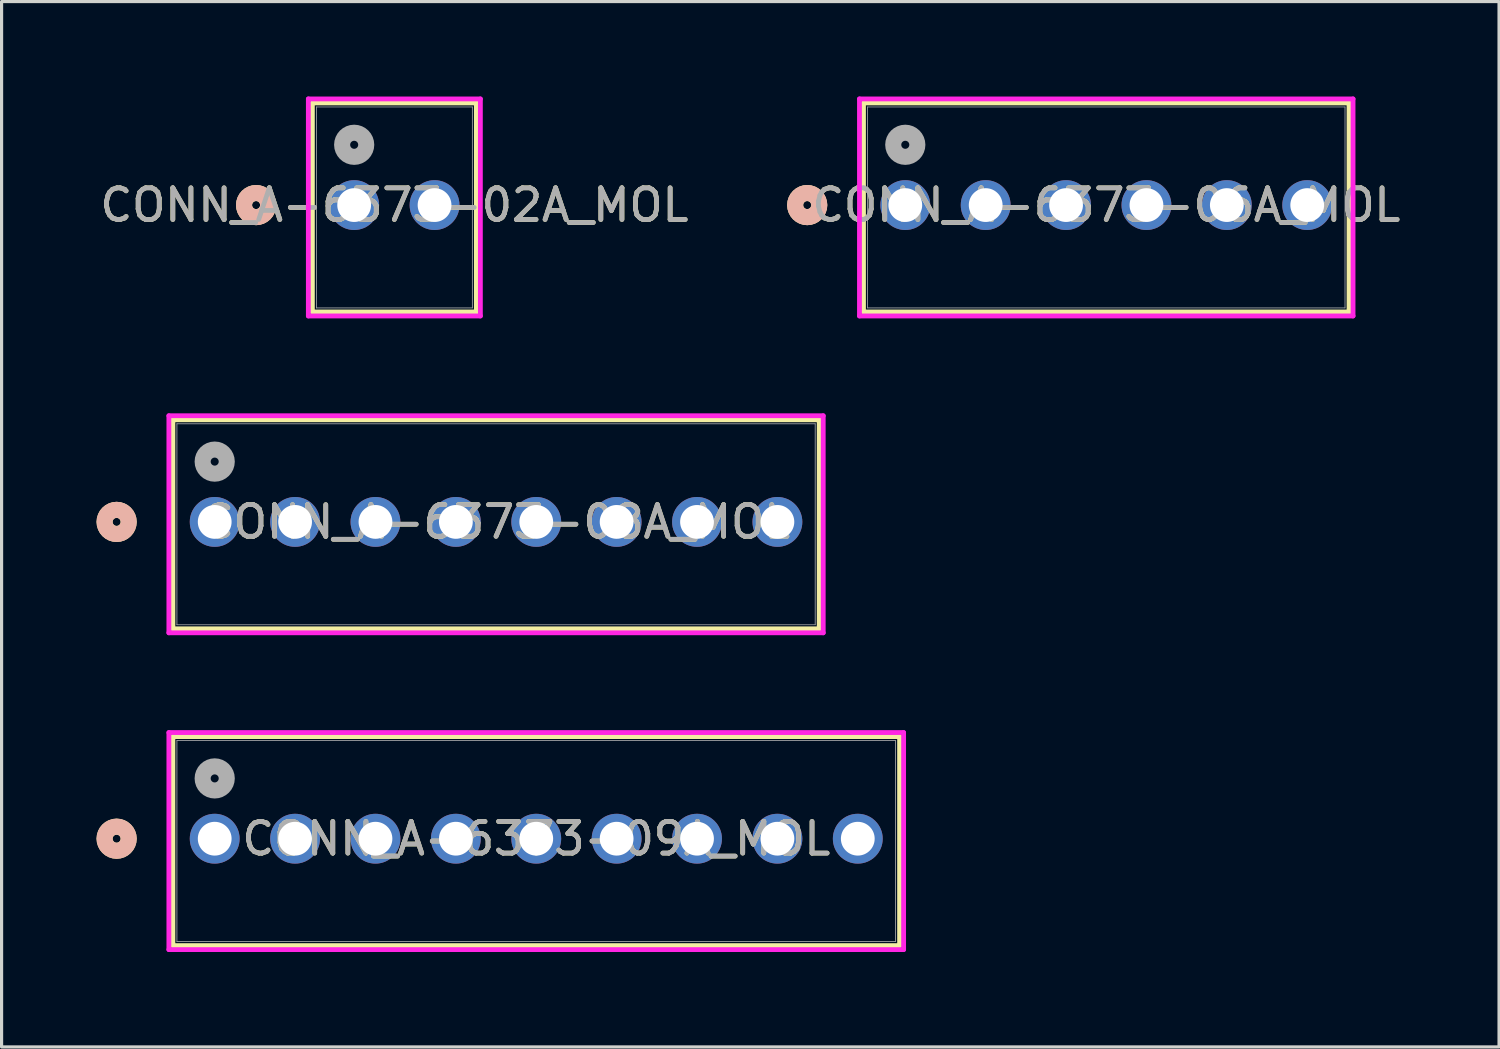
<source format=kicad_pcb>
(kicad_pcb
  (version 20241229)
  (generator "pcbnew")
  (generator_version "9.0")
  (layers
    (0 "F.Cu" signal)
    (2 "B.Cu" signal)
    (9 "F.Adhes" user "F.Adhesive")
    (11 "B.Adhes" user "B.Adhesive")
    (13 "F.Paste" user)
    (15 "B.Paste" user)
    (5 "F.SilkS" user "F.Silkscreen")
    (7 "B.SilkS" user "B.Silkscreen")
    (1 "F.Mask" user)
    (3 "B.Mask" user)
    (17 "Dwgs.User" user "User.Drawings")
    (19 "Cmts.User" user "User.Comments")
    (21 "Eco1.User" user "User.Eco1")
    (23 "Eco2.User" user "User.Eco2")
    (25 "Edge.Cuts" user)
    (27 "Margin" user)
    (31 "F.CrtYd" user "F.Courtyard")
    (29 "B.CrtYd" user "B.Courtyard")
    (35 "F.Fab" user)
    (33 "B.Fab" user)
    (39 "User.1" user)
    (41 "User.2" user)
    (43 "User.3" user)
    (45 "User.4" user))
  (footprint "CONN_A-6373-08A_MOL"
    (layer "F.Cu")
    (at 3.734 13.441)
    (property "Reference" "CONN_A-6373-08A_MOL" (at 8.89 0 0) (unlocked yes) (layer "F.SilkS") (effects (font (size 1 1) (thickness 0.15))))
    (attr through_hole)
    (fp_line (start -1.321 -3.227) (end -1.321 3.377) (stroke (width 0.152) (type solid)) (layer "F.SilkS"))
    (fp_line (start -1.321 3.377) (end 19.101 3.377) (stroke (width 0.152) (type solid)) (layer "F.SilkS"))
    (fp_line (start 19.101 -3.227) (end -1.321 -3.227) (stroke (width 0.152) (type solid)) (layer "F.SilkS"))
    (fp_line (start 19.101 3.377) (end 19.101 -3.227) (stroke (width 0.152) (type solid)) (layer "F.SilkS"))
    (fp_circle (center -3.099 0) (end -2.718 0) (stroke (width 0.508) (type solid)) (fill no) (layer "F.SilkS"))
    (fp_circle (center -3.099 0) (end -2.718 0) (stroke (width 0.508) (type solid)) (fill no) (layer "B.SilkS"))
    (fp_line (start -1.448 -3.354) (end -1.448 3.504) (stroke (width 0.152) (type solid)) (layer "F.CrtYd"))
    (fp_line (start -1.448 3.504) (end 19.228 3.504) (stroke (width 0.152) (type solid)) (layer "F.CrtYd"))
    (fp_line (start 19.228 -3.354) (end -1.448 -3.354) (stroke (width 0.152) (type solid)) (layer "F.CrtYd"))
    (fp_line (start 19.228 3.504) (end 19.228 -3.354) (stroke (width 0.152) (type solid)) (layer "F.CrtYd"))
    (fp_line (start -1.194 -3.1) (end -1.194 3.25) (stroke (width 0.025) (type solid)) (layer "F.Fab"))
    (fp_line (start -1.194 3.25) (end 18.974 3.25) (stroke (width 0.025) (type solid)) (layer "F.Fab"))
    (fp_line (start 18.974 -3.1) (end -1.194 -3.1) (stroke (width 0.025) (type solid)) (layer "F.Fab"))
    (fp_line (start 18.974 3.25) (end 18.974 -3.1) (stroke (width 0.025) (type solid)) (layer "F.Fab"))
    (fp_circle (center 0 -1.905) (end 0.381 -1.905) (stroke (width 0.508) (type solid)) (fill no) (layer "F.Fab"))
    (fp_text user "${REFERENCE}" (at 8.89 0 0) (unlocked yes) (layer "F.Fab") (effects (font (size 1 1) (thickness 0.15))))
    (pad "1" thru_hole circle (at 0 0) (size 1.575 1.575) (drill 1.067) (layers "*.Cu" "*.Mask"))
    (pad "2" thru_hole circle (at 2.54 0) (size 1.575 1.575) (drill 1.067) (layers "*.Cu" "*.Mask"))
    (pad "3" thru_hole circle (at 5.08 0) (size 1.575 1.575) (drill 1.067) (layers "*.Cu" "*.Mask"))
    (pad "4" thru_hole circle (at 7.62 0) (size 1.575 1.575) (drill 1.067) (layers "*.Cu" "*.Mask"))
    (pad "5" thru_hole circle (at 10.16 0) (size 1.575 1.575) (drill 1.067) (layers "*.Cu" "*.Mask"))
    (pad "6" thru_hole circle (at 12.7 0) (size 1.575 1.575) (drill 1.067) (layers "*.Cu" "*.Mask"))
    (pad "7" thru_hole circle (at 15.24 0) (size 1.575 1.575) (drill 1.067) (layers "*.Cu" "*.Mask"))
    (pad "8" thru_hole circle (at 17.78 0) (size 1.575 1.575) (drill 1.067) (layers "*.Cu" "*.Mask")))
  (footprint "CONN_A-6373-02A_MOL"
    (layer "F.Cu")
    (at 8.141 3.43)
    (property "Reference" "CONN_A-6373-02A_MOL" (at 1.27 0 0) (unlocked yes) (layer "F.SilkS") (effects (font (size 1 1) (thickness 0.15))))
    (attr through_hole)
    (fp_line (start -1.321 -3.227) (end -1.321 3.377) (stroke (width 0.152) (type solid)) (layer "F.SilkS"))
    (fp_line (start -1.321 3.377) (end 3.861 3.377) (stroke (width 0.152) (type solid)) (layer "F.SilkS"))
    (fp_line (start 3.861 -3.227) (end -1.321 -3.227) (stroke (width 0.152) (type solid)) (layer "F.SilkS"))
    (fp_line (start 3.861 3.377) (end 3.861 -3.227) (stroke (width 0.152) (type solid)) (layer "F.SilkS"))
    (fp_circle (center -3.099 0) (end -2.718 0) (stroke (width 0.508) (type solid)) (fill no) (layer "F.SilkS"))
    (fp_circle (center -3.099 0) (end -2.718 0) (stroke (width 0.508) (type solid)) (fill no) (layer "B.SilkS"))
    (fp_line (start -1.448 -3.354) (end -1.448 3.504) (stroke (width 0.152) (type solid)) (layer "F.CrtYd"))
    (fp_line (start -1.448 3.504) (end 3.988 3.504) (stroke (width 0.152) (type solid)) (layer "F.CrtYd"))
    (fp_line (start 3.988 -3.354) (end -1.448 -3.354) (stroke (width 0.152) (type solid)) (layer "F.CrtYd"))
    (fp_line (start 3.988 3.504) (end 3.988 -3.354) (stroke (width 0.152) (type solid)) (layer "F.CrtYd"))
    (fp_line (start -1.194 -3.1) (end -1.194 3.25) (stroke (width 0.025) (type solid)) (layer "F.Fab"))
    (fp_line (start -1.194 3.25) (end 3.734 3.25) (stroke (width 0.025) (type solid)) (layer "F.Fab"))
    (fp_line (start 3.734 -3.1) (end -1.194 -3.1) (stroke (width 0.025) (type solid)) (layer "F.Fab"))
    (fp_line (start 3.734 3.25) (end 3.734 -3.1) (stroke (width 0.025) (type solid)) (layer "F.Fab"))
    (fp_circle (center 0 -1.905) (end 0.381 -1.905) (stroke (width 0.508) (type solid)) (fill no) (layer "F.Fab"))
    (fp_text user "${REFERENCE}" (at 1.27 0 0) (unlocked yes) (layer "F.Fab") (effects (font (size 1 1) (thickness 0.15))))
    (pad "1" thru_hole circle (at 0 0) (size 1.575 1.575) (drill 1.067) (layers "*.Cu" "*.Mask"))
    (pad "2" thru_hole circle (at 2.54 0) (size 1.575 1.575) (drill 1.067) (layers "*.Cu" "*.Mask")))
  (footprint "CONN_A-6373-06A_MOL"
    (layer "F.Cu")
    (at 25.555 3.43)
    (property "Reference" "CONN_A-6373-06A_MOL" (at 6.35 0 0) (unlocked yes) (layer "F.SilkS") (effects (font (size 1 1) (thickness 0.15))))
    (attr through_hole)
    (fp_line (start -1.321 -3.227) (end -1.321 3.377) (stroke (width 0.152) (type solid)) (layer "F.SilkS"))
    (fp_line (start -1.321 3.377) (end 14.021 3.377) (stroke (width 0.152) (type solid)) (layer "F.SilkS"))
    (fp_line (start 14.021 -3.227) (end -1.321 -3.227) (stroke (width 0.152) (type solid)) (layer "F.SilkS"))
    (fp_line (start 14.021 3.377) (end 14.021 -3.227) (stroke (width 0.152) (type solid)) (layer "F.SilkS"))
    (fp_circle (center -3.099 0) (end -2.718 0) (stroke (width 0.508) (type solid)) (fill no) (layer "F.SilkS"))
    (fp_circle (center -3.099 0) (end -2.718 0) (stroke (width 0.508) (type solid)) (fill no) (layer "B.SilkS"))
    (fp_line (start -1.448 -3.354) (end -1.448 3.504) (stroke (width 0.152) (type solid)) (layer "F.CrtYd"))
    (fp_line (start -1.448 3.504) (end 14.148 3.504) (stroke (width 0.152) (type solid)) (layer "F.CrtYd"))
    (fp_line (start 14.148 -3.354) (end -1.448 -3.354) (stroke (width 0.152) (type solid)) (layer "F.CrtYd"))
    (fp_line (start 14.148 3.504) (end 14.148 -3.354) (stroke (width 0.152) (type solid)) (layer "F.CrtYd"))
    (fp_line (start -1.194 -3.1) (end -1.194 3.25) (stroke (width 0.025) (type solid)) (layer "F.Fab"))
    (fp_line (start -1.194 3.25) (end 13.894 3.25) (stroke (width 0.025) (type solid)) (layer "F.Fab"))
    (fp_line (start 13.894 -3.1) (end -1.194 -3.1) (stroke (width 0.025) (type solid)) (layer "F.Fab"))
    (fp_line (start 13.894 3.25) (end 13.894 -3.1) (stroke (width 0.025) (type solid)) (layer "F.Fab"))
    (fp_circle (center 0 -1.905) (end 0.381 -1.905) (stroke (width 0.508) (type solid)) (fill no) (layer "F.Fab"))
    (fp_text user "${REFERENCE}" (at 6.35 0 0) (unlocked yes) (layer "F.Fab") (effects (font (size 1 1) (thickness 0.15))))
    (pad "1" thru_hole circle (at 0 0) (size 1.575 1.575) (drill 1.067) (layers "*.Cu" "*.Mask"))
    (pad "2" thru_hole circle (at 2.54 0) (size 1.575 1.575) (drill 1.067) (layers "*.Cu" "*.Mask"))
    (pad "3" thru_hole circle (at 5.08 0) (size 1.575 1.575) (drill 1.067) (layers "*.Cu" "*.Mask"))
    (pad "4" thru_hole circle (at 7.62 0) (size 1.575 1.575) (drill 1.067) (layers "*.Cu" "*.Mask"))
    (pad "5" thru_hole circle (at 10.16 0) (size 1.575 1.575) (drill 1.067) (layers "*.Cu" "*.Mask"))
    (pad "6" thru_hole circle (at 12.7 0) (size 1.575 1.575) (drill 1.067) (layers "*.Cu" "*.Mask")))
  (footprint "CONN_A-6373-09A_MOL"
    (layer "F.Cu")
    (at 3.734 23.451)
    (property "Reference" "CONN_A-6373-09A_MOL" (at 10.16 0 0) (unlocked yes) (layer "F.SilkS") (effects (font (size 1 1) (thickness 0.15))))
    (attr through_hole)
    (fp_line (start -1.321 -3.227) (end -1.321 3.377) (stroke (width 0.152) (type solid)) (layer "F.SilkS"))
    (fp_line (start -1.321 3.377) (end 21.641 3.377) (stroke (width 0.152) (type solid)) (layer "F.SilkS"))
    (fp_line (start 21.641 -3.227) (end -1.321 -3.227) (stroke (width 0.152) (type solid)) (layer "F.SilkS"))
    (fp_line (start 21.641 3.377) (end 21.641 -3.227) (stroke (width 0.152) (type solid)) (layer "F.SilkS"))
    (fp_circle (center -3.099 0) (end -2.718 0) (stroke (width 0.508) (type solid)) (fill no) (layer "F.SilkS"))
    (fp_circle (center -3.099 0) (end -2.718 0) (stroke (width 0.508) (type solid)) (fill no) (layer "B.SilkS"))
    (fp_line (start -1.448 -3.354) (end -1.448 3.504) (stroke (width 0.152) (type solid)) (layer "F.CrtYd"))
    (fp_line (start -1.448 3.504) (end 21.768 3.504) (stroke (width 0.152) (type solid)) (layer "F.CrtYd"))
    (fp_line (start 21.768 -3.354) (end -1.448 -3.354) (stroke (width 0.152) (type solid)) (layer "F.CrtYd"))
    (fp_line (start 21.768 3.504) (end 21.768 -3.354) (stroke (width 0.152) (type solid)) (layer "F.CrtYd"))
    (fp_line (start -1.194 -3.1) (end -1.194 3.25) (stroke (width 0.025) (type solid)) (layer "F.Fab"))
    (fp_line (start -1.194 3.25) (end 21.514 3.25) (stroke (width 0.025) (type solid)) (layer "F.Fab"))
    (fp_line (start 21.514 -3.1) (end -1.194 -3.1) (stroke (width 0.025) (type solid)) (layer "F.Fab"))
    (fp_line (start 21.514 3.25) (end 21.514 -3.1) (stroke (width 0.025) (type solid)) (layer "F.Fab"))
    (fp_circle (center 0 -1.905) (end 0.381 -1.905) (stroke (width 0.508) (type solid)) (fill no) (layer "F.Fab"))
    (fp_text user "${REFERENCE}" (at 10.16 0 0) (unlocked yes) (layer "F.Fab") (effects (font (size 1 1) (thickness 0.15))))
    (pad "1" thru_hole circle (at 0 0) (size 1.575 1.575) (drill 1.067) (layers "*.Cu" "*.Mask"))
    (pad "2" thru_hole circle (at 2.54 0) (size 1.575 1.575) (drill 1.067) (layers "*.Cu" "*.Mask"))
    (pad "3" thru_hole circle (at 5.08 0) (size 1.575 1.575) (drill 1.067) (layers "*.Cu" "*.Mask"))
    (pad "4" thru_hole circle (at 7.62 0) (size 1.575 1.575) (drill 1.067) (layers "*.Cu" "*.Mask"))
    (pad "5" thru_hole circle (at 10.16 0) (size 1.575 1.575) (drill 1.067) (layers "*.Cu" "*.Mask"))
    (pad "6" thru_hole circle (at 12.7 0) (size 1.575 1.575) (drill 1.067) (layers "*.Cu" "*.Mask"))
    (pad "7" thru_hole circle (at 15.24 0) (size 1.575 1.575) (drill 1.067) (layers "*.Cu" "*.Mask"))
    (pad "8" thru_hole circle (at 17.78 0) (size 1.575 1.575) (drill 1.067) (layers "*.Cu" "*.Mask"))
    (pad "9" thru_hole circle (at 20.32 0) (size 1.575 1.575) (drill 1.067) (layers "*.Cu" "*.Mask")))
  (gr_rect
    (start -3 -3)
    (end 44.316 30.031)
    (stroke (width 0.1) (type default))
    (fill no)
    (layer "Edge.Cuts")))
</source>
